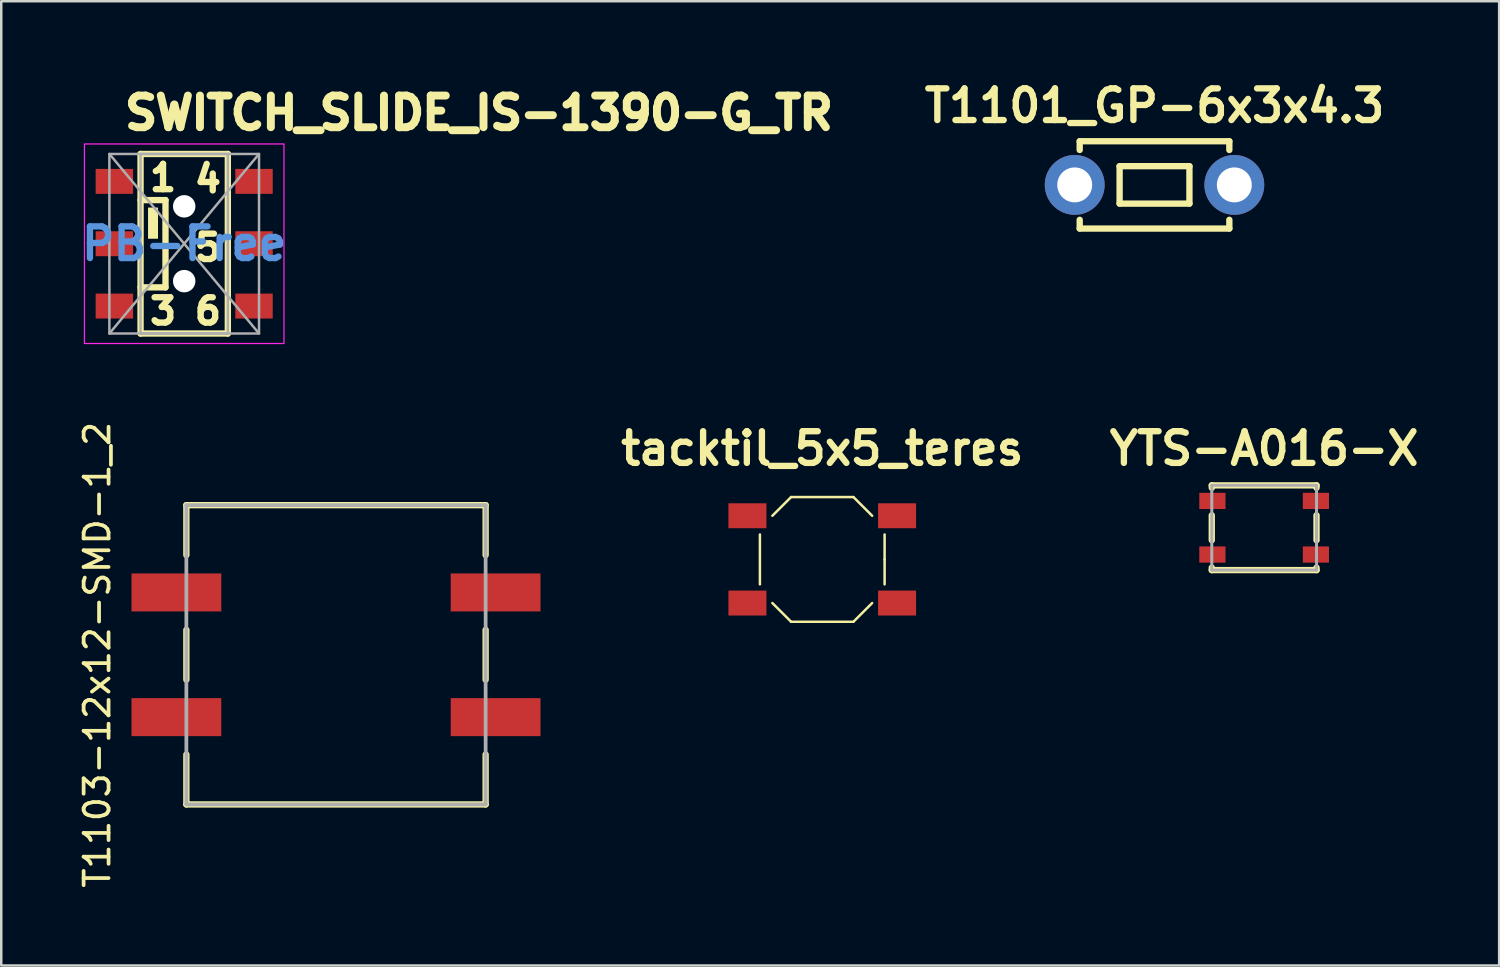
<source format=kicad_pcb>
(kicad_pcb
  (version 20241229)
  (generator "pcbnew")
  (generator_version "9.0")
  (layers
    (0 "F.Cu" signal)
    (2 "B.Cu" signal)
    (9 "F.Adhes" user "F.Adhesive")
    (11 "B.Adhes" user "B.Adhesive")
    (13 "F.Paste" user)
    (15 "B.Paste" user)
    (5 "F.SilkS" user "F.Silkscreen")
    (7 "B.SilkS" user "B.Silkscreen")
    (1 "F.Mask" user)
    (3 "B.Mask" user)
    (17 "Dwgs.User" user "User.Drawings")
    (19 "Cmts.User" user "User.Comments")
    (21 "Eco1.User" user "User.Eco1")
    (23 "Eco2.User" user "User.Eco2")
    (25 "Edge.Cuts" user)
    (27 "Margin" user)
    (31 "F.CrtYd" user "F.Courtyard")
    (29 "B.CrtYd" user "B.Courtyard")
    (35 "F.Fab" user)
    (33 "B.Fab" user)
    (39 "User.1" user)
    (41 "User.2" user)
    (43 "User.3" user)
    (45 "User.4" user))
  (footprint "YTS-A016-X"
    (layer "F.Cu")
    (at 47.64 18.111)
    (property "Reference" "YTS-A016-X" (at 0 -3.175 0) (layer "F.SilkS") (effects (font (size 1.27 1.27) (thickness 0.254))))
    (attr smd)
    (fp_line (start -2.1 -1.7) (end -2.1 -1.6) (stroke (width 0.254) (type solid)) (layer "F.SilkS"))
    (fp_line (start -2.1 -1.7) (end 2.1 -1.7) (stroke (width 0.254) (type solid)) (layer "F.SilkS"))
    (fp_line (start -2.1 0.5) (end -2.1 -0.5) (stroke (width 0.254) (type solid)) (layer "F.SilkS"))
    (fp_line (start -2.1 1.6) (end -2.1 1.7) (stroke (width 0.254) (type solid)) (layer "F.SilkS"))
    (fp_line (start -2.1 1.7) (end 2.1 1.7) (stroke (width 0.254) (type solid)) (layer "F.SilkS"))
    (fp_line (start 2.1 -1.7) (end 2.1 -1.6) (stroke (width 0.254) (type solid)) (layer "F.SilkS"))
    (fp_line (start 2.1 0.5) (end 2.1 -0.5) (stroke (width 0.254) (type solid)) (layer "F.SilkS"))
    (fp_line (start 2.1 1.7) (end 2.1 1.6) (stroke (width 0.254) (type solid)) (layer "F.SilkS"))
    (fp_line (start -2.1 -1.7) (end 2.1 -1.7) (stroke (width 0.12) (type solid)) (layer "F.Fab"))
    (fp_line (start -2.1 1.7) (end -2.1 -1.7) (stroke (width 0.12) (type solid)) (layer "F.Fab"))
    (fp_line (start 2.1 -1.7) (end 2.1 1.7) (stroke (width 0.12) (type solid)) (layer "F.Fab"))
    (fp_line (start 2.1 1.7) (end -2.1 1.7) (stroke (width 0.12) (type solid)) (layer "F.Fab"))
    (pad "" smd rect (at -2.075 -1.075) (size 1.4 1) (layers "F.Paste"))
    (pad "" smd rect (at -2.075 1.075) (size 1.4 1) (layers "F.Paste"))
    (pad "" smd rect (at 2.075 -1.075) (size 1.4 1) (layers "F.Paste"))
    (pad "" smd rect (at 2.075 1.075) (size 1.4 1) (layers "F.Paste"))
    (pad "1" smd rect (at -2.075 -1.075) (size 1.05 0.65) (layers "F.Cu" "F.Mask"))
    (pad "1" smd rect (at 2.075 -1.075) (size 1.05 0.65) (layers "F.Cu" "F.Mask"))
    (pad "2" smd rect (at -2.075 1.075) (size 1.05 0.65) (layers "F.Cu" "F.Mask"))
    (pad "2" smd rect (at 2.075 1.075) (size 1.05 0.65) (layers "F.Cu" "F.Mask")))
  (footprint "T1103-12x12-SMD-1_2"
    (layer "F.Cu")
    (at 10.423 23.206)
    (property "Reference" "T1103-12x12-SMD-1_2" (at -9.575 0 90) (layer "F.SilkS") (effects (font (size 1 1) (thickness 0.15))))
    (attr smd)
    (fp_line (start -6 -6) (end 6 -6) (stroke (width 0.254) (type solid)) (layer "F.SilkS"))
    (fp_line (start -6 -4) (end -6 -6) (stroke (width 0.254) (type solid)) (layer "F.SilkS"))
    (fp_line (start -6 1) (end -6 -1) (stroke (width 0.254) (type solid)) (layer "F.SilkS"))
    (fp_line (start -6 6) (end -6 4) (stroke (width 0.254) (type solid)) (layer "F.SilkS"))
    (fp_line (start 6 -6) (end 6 -4) (stroke (width 0.254) (type solid)) (layer "F.SilkS"))
    (fp_line (start 6 -1) (end 6 1) (stroke (width 0.254) (type solid)) (layer "F.SilkS"))
    (fp_line (start 6 4) (end 6 6) (stroke (width 0.254) (type solid)) (layer "F.SilkS"))
    (fp_line (start 6 6) (end -6 6) (stroke (width 0.254) (type solid)) (layer "F.SilkS"))
    (fp_line (start -6 -6) (end 6 -6) (stroke (width 0.15) (type solid)) (layer "F.Fab"))
    (fp_line (start -6 6) (end -6 -6) (stroke (width 0.15) (type solid)) (layer "F.Fab"))
    (fp_line (start 6 -6) (end 6 6) (stroke (width 0.15) (type solid)) (layer "F.Fab"))
    (fp_line (start 6 6) (end -6 6) (stroke (width 0.15) (type solid)) (layer "F.Fab"))
    (pad "1" smd rect (at -6.4 -2.5) (size 3.6 1.524) (layers "F.Cu" "F.Mask" "F.Paste"))
    (pad "1" smd rect (at 6.4 -2.5) (size 3.6 1.524) (layers "F.Cu" "F.Mask" "F.Paste"))
    (pad "2" smd rect (at -6.4 2.5) (size 3.6 1.524) (layers "F.Cu" "F.Mask" "F.Paste"))
    (pad "2" smd rect (at 6.4 2.5) (size 3.6 1.524) (layers "F.Cu" "F.Mask" "F.Paste")))
  (footprint "SWITCH_SLIDE_IS-1390-G_TR"
    (layer "F.Cu")
    (at 4.336 6.723)
    (property "Reference" "SWITCH_SLIDE_IS-1390-G_TR" (at -2.54 -4.5 0) (layer "F.SilkS") (effects (font (size 1.27 1.27) (thickness 0.318) (bold yes)) (justify left bottom)))
    (attr smd)
    (fp_line (start -1.75 -1.75) (end -0.75 -1.75) (stroke (width 0.254) (type solid)) (layer "F.SilkS"))
    (fp_line (start -1.75 3.6) (end -1.75 -3.6) (stroke (width 0.254) (type solid)) (layer "F.SilkS"))
    (fp_line (start -1.75 3.6) (end 1.75 3.6) (stroke (width 0.254) (type solid)) (layer "F.SilkS"))
    (fp_line (start -0.75 -1.75) (end -0.75 1.75) (stroke (width 0.254) (type solid)) (layer "F.SilkS"))
    (fp_line (start -0.75 1.75) (end -1.75 1.75) (stroke (width 0.254) (type solid)) (layer "F.SilkS"))
    (fp_line (start 1.75 -3.6) (end -1.75 -3.6) (stroke (width 0.254) (type solid)) (layer "F.SilkS"))
    (fp_line (start 1.75 3.6) (end 1.75 -3.6) (stroke (width 0.254) (type solid)) (layer "F.SilkS"))
    (fp_poly (pts (xy -1.45 -0.2) (xy -1.05 -0.2) (xy -1.05 -1.45) (xy -1.45 -1.45)) (stroke (width 0) (type default)) (fill yes) (layer "F.SilkS"))
    (fp_rect (start -4 -4) (end 4 4) (stroke (width 0.05) (type default)) (fill no) (layer "F.CrtYd"))
    (fp_line (start -3 -3.6) (end 3 3.6) (stroke (width 0.1) (type default)) (layer "F.Fab"))
    (fp_line (start 3 -3.6) (end -3 3.6) (stroke (width 0.1) (type default)) (layer "F.Fab"))
    (fp_rect (start -3 -3.6) (end 3 3.6) (stroke (width 0.1) (type default)) (fill no) (layer "F.Fab"))
    (fp_rect (start -1.75 -3.6) (end 1.75 3.6) (stroke (width 0.1) (type default)) (fill no) (layer "F.Fab"))
    (fp_text user "1" (at -1.5 -2.05 0) (unlocked yes) (layer "F.SilkS") (effects (font (size 1.016 1.016) (thickness 0.254) (bold yes)) (justify left bottom)))
    (fp_text user "6" (at 0.3 3.3 0) (unlocked yes) (layer "F.SilkS") (effects (font (size 1.016 1.016) (thickness 0.254) (bold yes)) (justify left bottom)))
    (fp_text user "5" (at 0.3 0.75 0) (unlocked yes) (layer "F.SilkS") (effects (font (size 1.016 1.016) (thickness 0.254) (bold yes)) (justify left bottom)))
    (fp_text user "3" (at -1.5 3.3 0) (unlocked yes) (layer "F.SilkS") (effects (font (size 1.016 1.016) (thickness 0.254) (bold yes)) (justify left bottom)))
    (fp_text user "4" (at 0.3 -2 0) (unlocked yes) (layer "F.SilkS") (effects (font (size 1.016 1.016) (thickness 0.254) (bold yes)) (justify left bottom)))
    (fp_text user "PB-Free" (at 0 0 180) (layer "Cmts.User") (effects (font (size 1.27 1.27) (thickness 0.254))))
    (pad "" smd rect (at -2.8 -2.5) (size 1.9 1.4) (layers "F.Paste"))
    (pad "" smd rect (at -2.8 0) (size 1.9 1.4) (layers "F.Paste"))
    (pad "" smd rect (at -2.8 2.5) (size 1.9 1.4) (layers "F.Paste"))
    (pad "" np_thru_hole circle (at 0 -1.5) (size 0.9 0.9) (drill 0.9) (layers "*.Cu" "*.Mask"))
    (pad "" np_thru_hole circle (at 0 1.5) (size 0.9 0.9) (drill 0.9) (layers "*.Cu" "*.Mask"))
    (pad "" smd rect (at 2.8 -2.5) (size 1.9 1.4) (layers "F.Paste"))
    (pad "" smd rect (at 2.8 0) (size 1.9 1.4) (layers "F.Paste"))
    (pad "" smd rect (at 2.8 2.5) (size 1.9 1.4) (layers "F.Paste"))
    (pad "1" smd rect (at -2.8 -2.5) (size 1.5 1) (layers "F.Cu" "F.Mask"))
    (pad "2" smd rect (at -2.8 0) (size 1.5 1) (layers "F.Cu" "F.Mask"))
    (pad "3" smd rect (at -2.8 2.5) (size 1.5 1) (layers "F.Cu" "F.Mask"))
    (pad "4" smd rect (at 2.8 -2.5) (size 1.5 1) (layers "F.Cu" "F.Mask"))
    (pad "5" smd rect (at 2.8 0) (size 1.5 1) (layers "F.Cu" "F.Mask"))
    (pad "6" smd rect (at 2.8 2.5) (size 1.5 1) (layers "F.Cu" "F.Mask")))
  (footprint "T1101_GP-6x3x4.3"
    (layer "F.Cu")
    (at 43.244 4.364)
    (property "Reference" "T1101_GP-6x3x4.3" (at 0 -3.175 0) (layer "F.SilkS") (effects (font (size 1.27 1.27) (thickness 0.254))))
    (attr through_hole)
    (fp_line (start -3 -1.75) (end 3 -1.75) (stroke (width 0.254) (type solid)) (layer "F.SilkS"))
    (fp_line (start -3 -1.4) (end -3 -1.75) (stroke (width 0.254) (type solid)) (layer "F.SilkS"))
    (fp_line (start -3 1.75) (end -3 1.4) (stroke (width 0.254) (type solid)) (layer "F.SilkS"))
    (fp_line (start -3 1.75) (end 3 1.75) (stroke (width 0.254) (type solid)) (layer "F.SilkS"))
    (fp_line (start -1.4 -0.75) (end -1.4 0.75) (stroke (width 0.254) (type solid)) (layer "F.SilkS"))
    (fp_line (start 1.4 -0.75) (end -1.4 -0.75) (stroke (width 0.254) (type solid)) (layer "F.SilkS"))
    (fp_line (start 1.4 -0.75) (end 1.4 0.75) (stroke (width 0.254) (type solid)) (layer "F.SilkS"))
    (fp_line (start 1.4 0.75) (end -1.4 0.75) (stroke (width 0.254) (type solid)) (layer "F.SilkS"))
    (fp_line (start 3 -1.4) (end 3 -1.75) (stroke (width 0.254) (type solid)) (layer "F.SilkS"))
    (fp_line (start 3 1.75) (end 3 1.4) (stroke (width 0.254) (type solid)) (layer "F.SilkS"))
    (pad "1" thru_hole circle (at -3.2 0) (size 2.4 2.4) (drill 1.4) (layers "*.Cu" "*.Mask"))
    (pad "2" thru_hole circle (at 3.2 0) (size 2.4 2.4) (drill 1.4) (layers "*.Cu" "*.Mask")))
  (footprint "tacktil_5x5_teres"
    (layer "F.Cu")
    (at 29.921 19.381)
    (property "Reference" "tacktil_5x5_teres" (at 0 -4.445 0) (layer "F.SilkS") (effects (font (size 1.27 1.27) (thickness 0.254) (bold yes))))
    (attr smd)
    (fp_line (start -2.5 -1) (end -2.5 1) (stroke (width 0.1) (type solid)) (layer "F.SilkS"))
    (fp_line (start -1.25 -2.5) (end -2 -1.75) (stroke (width 0.1) (type solid)) (layer "F.SilkS"))
    (fp_line (start -1.25 2.5) (end -2 1.75) (stroke (width 0.1) (type solid)) (layer "F.SilkS"))
    (fp_line (start -1.25 2.5) (end 1.25 2.5) (stroke (width 0.1) (type solid)) (layer "F.SilkS"))
    (fp_line (start 1.25 -2.5) (end -1.25 -2.5) (stroke (width 0.1) (type solid)) (layer "F.SilkS"))
    (fp_line (start 1.25 -2.5) (end 2 -1.75) (stroke (width 0.1) (type solid)) (layer "F.SilkS"))
    (fp_line (start 1.25 2.5) (end 2 1.75) (stroke (width 0.1) (type solid)) (layer "F.SilkS"))
    (fp_line (start 2.5 0) (end 2.5 -1) (stroke (width 0.1) (type solid)) (layer "F.SilkS"))
    (fp_line (start 2.5 0) (end 2.5 1) (stroke (width 0.1) (type solid)) (layer "F.SilkS"))
    (pad "1" smd rect (at -3 -1.75) (size 1.524 1) (layers "F.Cu" "F.Mask" "F.Paste"))
    (pad "1" smd rect (at 3 -1.75) (size 1.524 1) (layers "F.Cu" "F.Mask" "F.Paste"))
    (pad "2" smd rect (at -3 1.75) (size 1.524 1) (layers "F.Cu" "F.Mask" "F.Paste"))
    (pad "2" smd rect (at 3 1.75) (size 1.524 1) (layers "F.Cu" "F.Mask" "F.Paste")))
  (gr_rect
    (start -3 -3)
    (end 57.063 35.664)
    (stroke (width 0.1) (type default))
    (fill no)
    (layer "Edge.Cuts")))
</source>
